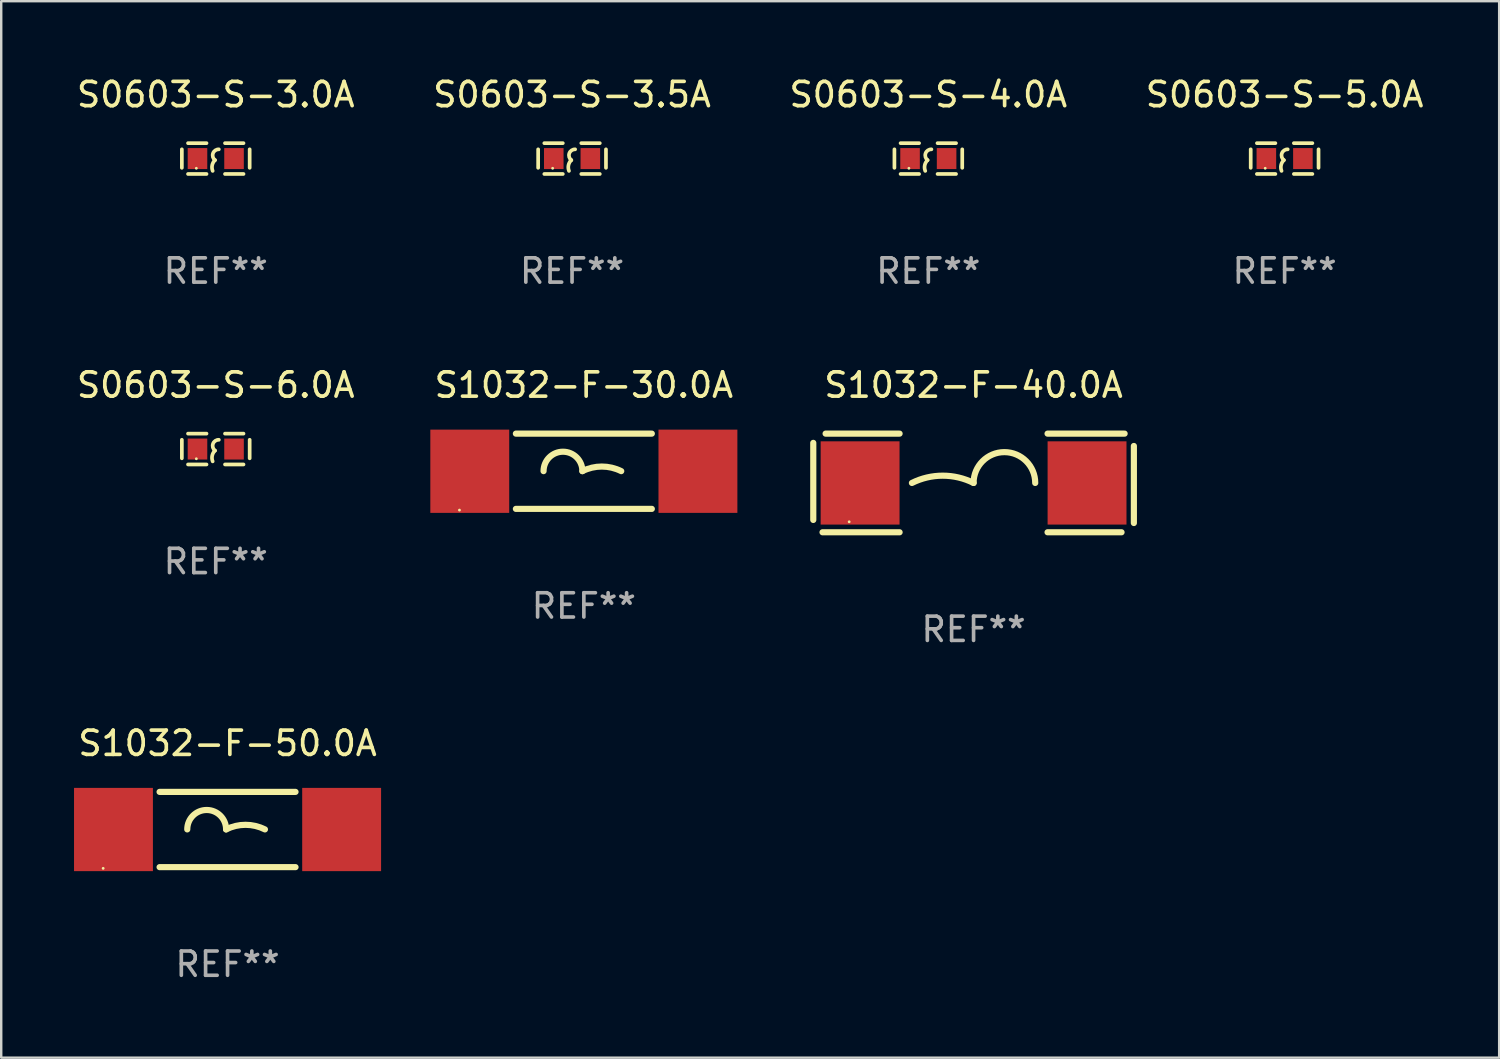
<source format=kicad_pcb>
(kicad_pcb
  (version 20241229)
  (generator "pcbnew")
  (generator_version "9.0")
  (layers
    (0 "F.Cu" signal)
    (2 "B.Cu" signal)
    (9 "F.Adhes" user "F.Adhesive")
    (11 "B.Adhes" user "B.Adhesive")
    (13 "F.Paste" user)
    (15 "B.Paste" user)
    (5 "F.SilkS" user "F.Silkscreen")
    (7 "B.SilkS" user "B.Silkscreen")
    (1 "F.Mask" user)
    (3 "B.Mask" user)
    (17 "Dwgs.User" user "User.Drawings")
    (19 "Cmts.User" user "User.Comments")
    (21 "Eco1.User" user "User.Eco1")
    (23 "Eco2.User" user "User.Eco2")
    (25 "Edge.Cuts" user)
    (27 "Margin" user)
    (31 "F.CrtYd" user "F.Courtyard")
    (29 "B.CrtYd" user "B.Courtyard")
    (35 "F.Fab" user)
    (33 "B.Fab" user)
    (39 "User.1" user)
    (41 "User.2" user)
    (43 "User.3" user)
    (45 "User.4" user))
  (footprint "S0603-S-5.0A"
    (layer "F.Cu")
    (at 49.875 3.483)
    (property "Reference" "S0603-S-5.0A" (at 0 -2.635 0) (layer "F.SilkS") (effects (font (size 1 1) (thickness 0.15))))
    (attr through_hole)
    (fp_line (start -1.397 -0.381) (end -1.397 0.381) (stroke (width 0.152) (type solid)) (layer "F.SilkS"))
    (fp_line (start -0.381 -0.635) (end -1.143 -0.635) (stroke (width 0.152) (type solid)) (layer "F.SilkS"))
    (fp_line (start -0.381 0.635) (end -1.143 0.635) (stroke (width 0.152) (type solid)) (layer "F.SilkS"))
    (fp_line (start 0.381 -0.635) (end 1.143 -0.635) (stroke (width 0.152) (type solid)) (layer "F.SilkS"))
    (fp_line (start 0.381 0.635) (end 1.143 0.635) (stroke (width 0.152) (type solid)) (layer "F.SilkS"))
    (fp_line (start 1.397 -0.381) (end 1.397 0.381) (stroke (width 0.152) (type solid)) (layer "F.SilkS"))
    (fp_arc (start -0.127 0.508001) (mid -0.146523 0.271131) (end -0.030861 0.0635) (stroke (width 0.151994) (type solid)) (layer "F.SilkS"))
    (fp_arc (start -0.03175 0.0635) (mid -0.113571 -0.216321) (end 0.127001 -0.381002) (stroke (width 0.151994) (type solid)) (layer "F.SilkS"))
    (fp_circle (center -0.8 0.4) (end -0.77 0.4) (stroke (width 0.06) (type solid)) (fill no) (layer "F.SilkS"))
    (fp_text user "REF**" (at 0 4.635 0) (layer "F.Fab") (effects (font (size 1 1) (thickness 0.15))))
    (pad "1" smd rect (at -0.753 0) (size 0.806 0.864) (layers "F.Cu" "F.Mask" "F.Paste"))
    (pad "2" smd rect (at 0.753 0) (size 0.806 0.864) (layers "F.Cu" "F.Mask" "F.Paste")))
  (footprint "S0603-S-3.0A"
    (layer "F.Cu")
    (at 5.839 3.483)
    (property "Reference" "S0603-S-3.0A" (at 0 -2.635 0) (layer "F.SilkS") (effects (font (size 1 1) (thickness 0.15))))
    (attr through_hole)
    (fp_line (start -1.397 -0.381) (end -1.397 0.381) (stroke (width 0.152) (type solid)) (layer "F.SilkS"))
    (fp_line (start -0.381 -0.635) (end -1.143 -0.635) (stroke (width 0.152) (type solid)) (layer "F.SilkS"))
    (fp_line (start -0.381 0.635) (end -1.143 0.635) (stroke (width 0.152) (type solid)) (layer "F.SilkS"))
    (fp_line (start 0.381 -0.635) (end 1.143 -0.635) (stroke (width 0.152) (type solid)) (layer "F.SilkS"))
    (fp_line (start 0.381 0.635) (end 1.143 0.635) (stroke (width 0.152) (type solid)) (layer "F.SilkS"))
    (fp_line (start 1.397 -0.381) (end 1.397 0.381) (stroke (width 0.152) (type solid)) (layer "F.SilkS"))
    (fp_arc (start -0.127 0.508001) (mid -0.146523 0.271131) (end -0.030861 0.0635) (stroke (width 0.151994) (type solid)) (layer "F.SilkS"))
    (fp_arc (start -0.03175 0.0635) (mid -0.113571 -0.216321) (end 0.127001 -0.381002) (stroke (width 0.151994) (type solid)) (layer "F.SilkS"))
    (fp_circle (center -0.8 0.4) (end -0.77 0.4) (stroke (width 0.06) (type solid)) (fill no) (layer "F.SilkS"))
    (fp_text user "REF**" (at 0 4.635 0) (layer "F.Fab") (effects (font (size 1 1) (thickness 0.15))))
    (pad "1" smd rect (at -0.753 0) (size 0.806 0.864) (layers "F.Cu" "F.Mask" "F.Paste"))
    (pad "2" smd rect (at 0.753 0) (size 0.806 0.864) (layers "F.Cu" "F.Mask" "F.Paste")))
  (footprint "S1032-F-50.0A"
    (layer "F.Cu")
    (at 6.325 31.125)
    (property "Reference" "S1032-F-50.0A" (at 0 -3.55 0) (layer "F.SilkS") (effects (font (size 1 1) (thickness 0.15))))
    (attr through_hole)
    (fp_line (start -2.8 -1.55) (end 2.8 -1.55) (stroke (width 0.254) (type solid)) (layer "F.SilkS"))
    (fp_line (start -2.8 1.55) (end 2.8 1.55) (stroke (width 0.254) (type solid)) (layer "F.SilkS"))
    (fp_arc (start -1.659995 -0.005004) (mid -0.859995 -0.805004) (end -0.059995 -0.005004) (stroke (width 0.254001) (type solid)) (layer "F.SilkS"))
    (fp_arc (start -0.06002 -0.005029) (mid 0.739992 -0.193887) (end 1.540005 -0.005029) (stroke (width 0.254001) (type solid)) (layer "F.SilkS"))
    (fp_circle (center -5.125 1.6) (end -5.095 1.6) (stroke (width 0.06) (type solid)) (fill no) (layer "F.SilkS"))
    (fp_text user "REF**" (at 0 5.55 0) (layer "F.Fab") (effects (font (size 1 1) (thickness 0.15))))
    (pad "1" smd rect (at -4.7 0) (size 3.25 3.43) (layers "F.Cu" "F.Mask" "F.Paste"))
    (pad "2" smd rect (at 4.7 0) (size 3.25 3.43) (layers "F.Cu" "F.Mask" "F.Paste")))
  (footprint "S0603-S-6.0A"
    (layer "F.Cu")
    (at 5.839 15.45)
    (property "Reference" "S0603-S-6.0A" (at 0 -2.635 0) (layer "F.SilkS") (effects (font (size 1 1) (thickness 0.15))))
    (attr through_hole)
    (fp_line (start -1.397 -0.381) (end -1.397 0.381) (stroke (width 0.152) (type solid)) (layer "F.SilkS"))
    (fp_line (start -0.381 -0.635) (end -1.143 -0.635) (stroke (width 0.152) (type solid)) (layer "F.SilkS"))
    (fp_line (start -0.381 0.635) (end -1.143 0.635) (stroke (width 0.152) (type solid)) (layer "F.SilkS"))
    (fp_line (start 0.381 -0.635) (end 1.143 -0.635) (stroke (width 0.152) (type solid)) (layer "F.SilkS"))
    (fp_line (start 0.381 0.635) (end 1.143 0.635) (stroke (width 0.152) (type solid)) (layer "F.SilkS"))
    (fp_line (start 1.397 -0.381) (end 1.397 0.381) (stroke (width 0.152) (type solid)) (layer "F.SilkS"))
    (fp_arc (start -0.127 0.508001) (mid -0.146523 0.271131) (end -0.030861 0.0635) (stroke (width 0.151994) (type solid)) (layer "F.SilkS"))
    (fp_arc (start -0.03175 0.0635) (mid -0.113571 -0.216321) (end 0.127001 -0.381002) (stroke (width 0.151994) (type solid)) (layer "F.SilkS"))
    (fp_circle (center -0.8 0.4) (end -0.77 0.4) (stroke (width 0.06) (type solid)) (fill no) (layer "F.SilkS"))
    (fp_text user "REF**" (at 0 4.635 0) (layer "F.Fab") (effects (font (size 1 1) (thickness 0.15))))
    (pad "1" smd rect (at -0.753 0) (size 0.806 0.864) (layers "F.Cu" "F.Mask" "F.Paste"))
    (pad "2" smd rect (at 0.753 0) (size 0.806 0.864) (layers "F.Cu" "F.Mask" "F.Paste")))
  (footprint "S1032-F-30.0A"
    (layer "F.Cu")
    (at 21.004 16.365)
    (property "Reference" "S1032-F-30.0A" (at 0 -3.55 0) (layer "F.SilkS") (effects (font (size 1 1) (thickness 0.15))))
    (attr through_hole)
    (fp_line (start -2.8 -1.55) (end 2.8 -1.55) (stroke (width 0.254) (type solid)) (layer "F.SilkS"))
    (fp_line (start -2.8 1.55) (end 2.8 1.55) (stroke (width 0.254) (type solid)) (layer "F.SilkS"))
    (fp_arc (start -1.659995 -0.005004) (mid -0.859995 -0.805004) (end -0.059995 -0.005004) (stroke (width 0.254001) (type solid)) (layer "F.SilkS"))
    (fp_arc (start -0.06002 -0.005029) (mid 0.739992 -0.193887) (end 1.540005 -0.005029) (stroke (width 0.254001) (type solid)) (layer "F.SilkS"))
    (fp_circle (center -5.125 1.6) (end -5.095 1.6) (stroke (width 0.06) (type solid)) (fill no) (layer "F.SilkS"))
    (fp_text user "REF**" (at 0 5.55 0) (layer "F.Fab") (effects (font (size 1 1) (thickness 0.15))))
    (pad "1" smd rect (at -4.7 0) (size 3.25 3.43) (layers "F.Cu" "F.Mask" "F.Paste"))
    (pad "2" smd rect (at 4.7 0) (size 3.25 3.43) (layers "F.Cu" "F.Mask" "F.Paste")))
  (footprint "S0603-S-3.5A"
    (layer "F.Cu")
    (at 20.518 3.483)
    (property "Reference" "S0603-S-3.5A" (at 0 -2.635 0) (layer "F.SilkS") (effects (font (size 1 1) (thickness 0.15))))
    (attr through_hole)
    (fp_line (start -1.397 -0.381) (end -1.397 0.381) (stroke (width 0.152) (type solid)) (layer "F.SilkS"))
    (fp_line (start -0.381 -0.635) (end -1.143 -0.635) (stroke (width 0.152) (type solid)) (layer "F.SilkS"))
    (fp_line (start -0.381 0.635) (end -1.143 0.635) (stroke (width 0.152) (type solid)) (layer "F.SilkS"))
    (fp_line (start 0.381 -0.635) (end 1.143 -0.635) (stroke (width 0.152) (type solid)) (layer "F.SilkS"))
    (fp_line (start 0.381 0.635) (end 1.143 0.635) (stroke (width 0.152) (type solid)) (layer "F.SilkS"))
    (fp_line (start 1.397 -0.381) (end 1.397 0.381) (stroke (width 0.152) (type solid)) (layer "F.SilkS"))
    (fp_arc (start -0.127 0.508001) (mid -0.146523 0.271131) (end -0.030861 0.0635) (stroke (width 0.151994) (type solid)) (layer "F.SilkS"))
    (fp_arc (start -0.03175 0.0635) (mid -0.113571 -0.216321) (end 0.127001 -0.381002) (stroke (width 0.151994) (type solid)) (layer "F.SilkS"))
    (fp_circle (center -0.8 0.4) (end -0.77 0.4) (stroke (width 0.06) (type solid)) (fill no) (layer "F.SilkS"))
    (fp_text user "REF**" (at 0 4.635 0) (layer "F.Fab") (effects (font (size 1 1) (thickness 0.15))))
    (pad "1" smd rect (at -0.753 0) (size 0.806 0.864) (layers "F.Cu" "F.Mask" "F.Paste"))
    (pad "2" smd rect (at 0.753 0) (size 0.806 0.864) (layers "F.Cu" "F.Mask" "F.Paste")))
  (footprint "S1032-F-40.0A"
    (layer "F.Cu")
    (at 37.06 16.847)
    (property "Reference" "S1032-F-40.0A" (at 0 -4.032 0) (layer "F.SilkS") (effects (font (size 1 1) (thickness 0.15))))
    (attr through_hole)
    (fp_line (start -6.604 -1.651) (end -6.604 1.524) (stroke (width 0.254) (type solid)) (layer "F.SilkS"))
    (fp_line (start -6.223 2.032) (end -3.048 2.032) (stroke (width 0.254) (type solid)) (layer "F.SilkS"))
    (fp_line (start -3.048 -2.032) (end -6.096 -2.032) (stroke (width 0.254) (type solid)) (layer "F.SilkS"))
    (fp_line (start 3.048 2.032) (end 6.096 2.032) (stroke (width 0.254) (type solid)) (layer "F.SilkS"))
    (fp_line (start 6.223 -2.032) (end 3.048 -2.032) (stroke (width 0.254) (type solid)) (layer "F.SilkS"))
    (fp_line (start 6.604 1.651) (end 6.604 -1.524) (stroke (width 0.254) (type solid)) (layer "F.SilkS"))
    (fp_arc (start -2.540005 0) (mid -1.270003 -0.299807) (end 0 0) (stroke (width 0.254001) (type solid)) (layer "F.SilkS"))
    (fp_arc (start 0.000001 0) (mid 1.270003 -1.270002) (end 2.540005 0) (stroke (width 0.254001) (type solid)) (layer "F.SilkS"))
    (fp_circle (center -5.125 1.6) (end -5.095 1.6) (stroke (width 0.06) (type solid)) (fill no) (layer "F.SilkS"))
    (fp_text user "REF**" (at 0 6.032 0) (layer "F.Fab") (effects (font (size 1 1) (thickness 0.15))))
    (pad "1" smd rect (at -4.675 0) (size 3.25 3.43) (layers "F.Cu" "F.Mask" "F.Paste"))
    (pad "2" smd rect (at 4.675 0) (size 3.25 3.43) (layers "F.Cu" "F.Mask" "F.Paste")))
  (footprint "S0603-S-4.0A"
    (layer "F.Cu")
    (at 35.196 3.483)
    (property "Reference" "S0603-S-4.0A" (at 0 -2.635 0) (layer "F.SilkS") (effects (font (size 1 1) (thickness 0.15))))
    (attr through_hole)
    (fp_line (start -1.397 -0.381) (end -1.397 0.381) (stroke (width 0.152) (type solid)) (layer "F.SilkS"))
    (fp_line (start -0.381 -0.635) (end -1.143 -0.635) (stroke (width 0.152) (type solid)) (layer "F.SilkS"))
    (fp_line (start -0.381 0.635) (end -1.143 0.635) (stroke (width 0.152) (type solid)) (layer "F.SilkS"))
    (fp_line (start 0.381 -0.635) (end 1.143 -0.635) (stroke (width 0.152) (type solid)) (layer "F.SilkS"))
    (fp_line (start 0.381 0.635) (end 1.143 0.635) (stroke (width 0.152) (type solid)) (layer "F.SilkS"))
    (fp_line (start 1.397 -0.381) (end 1.397 0.381) (stroke (width 0.152) (type solid)) (layer "F.SilkS"))
    (fp_arc (start -0.127 0.508001) (mid -0.146523 0.271131) (end -0.030861 0.0635) (stroke (width 0.151994) (type solid)) (layer "F.SilkS"))
    (fp_arc (start -0.03175 0.0635) (mid -0.113571 -0.216321) (end 0.127001 -0.381002) (stroke (width 0.151994) (type solid)) (layer "F.SilkS"))
    (fp_circle (center -0.8 0.4) (end -0.77 0.4) (stroke (width 0.06) (type solid)) (fill no) (layer "F.SilkS"))
    (fp_text user "REF**" (at 0 4.635 0) (layer "F.Fab") (effects (font (size 1 1) (thickness 0.15))))
    (pad "1" smd rect (at -0.753 0) (size 0.806 0.864) (layers "F.Cu" "F.Mask" "F.Paste"))
    (pad "2" smd rect (at 0.753 0) (size 0.806 0.864) (layers "F.Cu" "F.Mask" "F.Paste")))
  (gr_rect
    (start -3 -3)
    (end 58.714 40.524)
    (stroke (width 0.1) (type default))
    (fill no)
    (layer "Edge.Cuts")))
</source>
